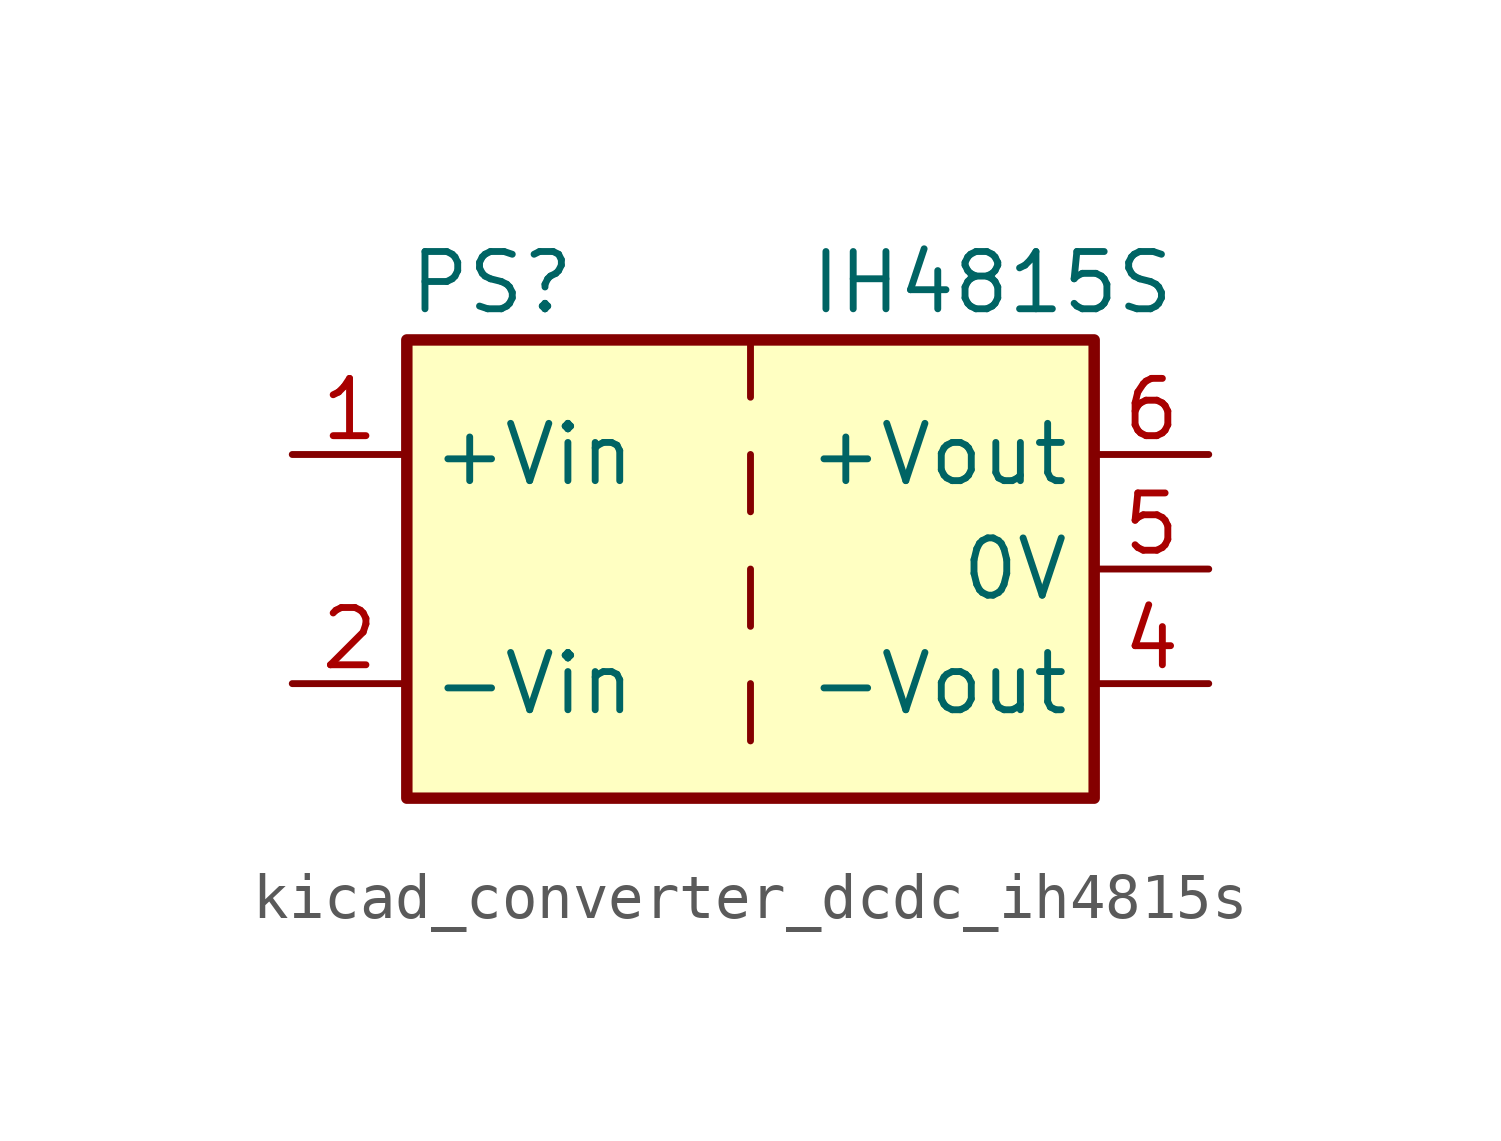
<source format=kicad_sym>
(kicad_symbol_lib
  (version 20220914)
  (generator kicad_symbol_editor)
  (symbol "kicad_converter_dcdc_ih4815s"
    (property "Reference" "PS"
      (at -7.62 6.35 0)
      (effects (font (size 1.27 1.27)) (justify left)))
    (property "Value" "IH4815S"
      (at 1.27 6.35 0)
      (effects (font (size 1.27 1.27)) (justify left)))
    (symbol "kicad_converter_dcdc_ih4815s_0_0"
      (pin power_in line (at -10.16 2.54 0) (length 2.54) (name "+Vin" (effects (font (size 1.27 1.27)))) (number "1" (effects (font (size 1.27 1.27)))))
      (pin power_in line (at -10.16 -2.54 0) (length 2.54) (name "-Vin" (effects (font (size 1.27 1.27)))) (number "2" (effects (font (size 1.27 1.27)))))
      (pin power_out line (at 10.16 -2.54 180) (length 2.54) (name "-Vout" (effects (font (size 1.27 1.27)))) (number "4" (effects (font (size 1.27 1.27)))))
      (pin power_out line (at 10.16 0 180) (length 2.54) (name "0V" (effects (font (size 1.27 1.27)))) (number "5" (effects (font (size 1.27 1.27)))))
      (pin power_out line (at 10.16 2.54 180) (length 2.54) (name "+Vout" (effects (font (size 1.27 1.27)))) (number "6" (effects (font (size 1.27 1.27))))))
    (symbol "kicad_converter_dcdc_ih4815s_0_1"
      (rectangle (start -7.62 5.08) (end 7.62 -5.08) (stroke (width 0.254) (type default)) (fill (type background)))
      (polyline (pts (xy 0 -2.54) (xy 0 -3.81)) (stroke (width 0) (type default)) (fill (type none)))
      (polyline (pts (xy 0 0) (xy 0 -1.27)) (stroke (width 0) (type default)) (fill (type none)))
      (polyline (pts (xy 0 2.54) (xy 0 1.27)) (stroke (width 0) (type default)) (fill (type none)))
      (polyline (pts (xy 0 5.08) (xy 0 3.81)) (stroke (width 0) (type default)) (fill (type none))))))
</source>
